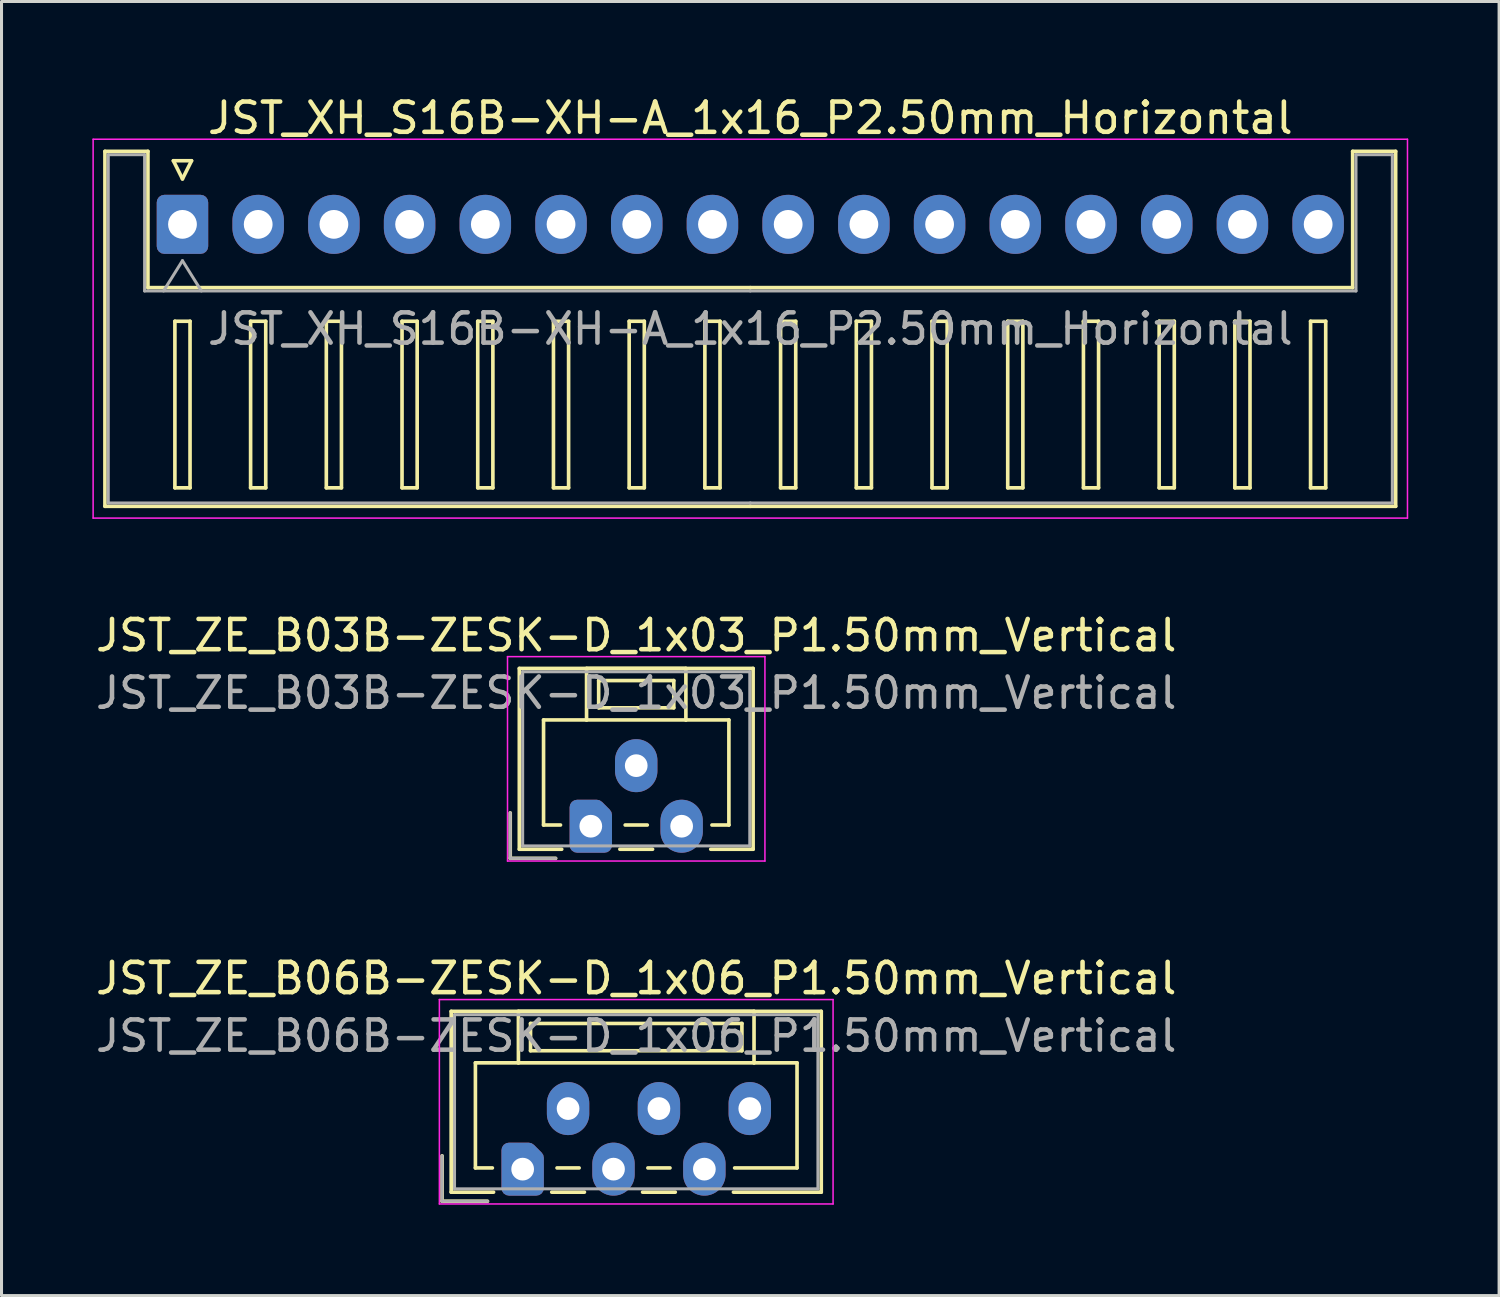
<source format=kicad_pcb>
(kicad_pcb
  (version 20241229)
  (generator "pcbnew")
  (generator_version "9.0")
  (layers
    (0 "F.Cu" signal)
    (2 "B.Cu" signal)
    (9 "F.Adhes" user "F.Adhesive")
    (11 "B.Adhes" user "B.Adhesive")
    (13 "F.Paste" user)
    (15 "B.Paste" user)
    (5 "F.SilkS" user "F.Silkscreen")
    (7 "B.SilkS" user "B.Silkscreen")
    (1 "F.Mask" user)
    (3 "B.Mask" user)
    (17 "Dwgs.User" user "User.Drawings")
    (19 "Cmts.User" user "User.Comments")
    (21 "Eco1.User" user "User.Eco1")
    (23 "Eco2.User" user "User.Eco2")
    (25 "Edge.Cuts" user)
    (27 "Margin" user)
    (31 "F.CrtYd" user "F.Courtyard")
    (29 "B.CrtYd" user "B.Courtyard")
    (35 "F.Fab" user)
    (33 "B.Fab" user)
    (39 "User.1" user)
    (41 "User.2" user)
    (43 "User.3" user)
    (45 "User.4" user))
  (footprint "JST_ZE_B06B-ZESK-D_1x06_P1.50mm_Vertical"
    (layer "F.Cu")
    (at 14.208 35.555)
    (property "Reference" "JST_ZE_B06B-ZESK-D_1x06_P1.50mm_Vertical" (at 3.75 -6.3 0) (layer "F.SilkS") (effects (font (size 1 1) (thickness 0.15))))
    (attr through_hole)
    (fp_line (start -2.66 -0.44) (end -2.66 1.06) (stroke (width 0.12) (type solid)) (layer "F.SilkS"))
    (fp_line (start -2.66 1.06) (end -1.16 1.06) (stroke (width 0.12) (type solid)) (layer "F.SilkS"))
    (fp_line (start -2.36 -5.21) (end 9.86 -5.21) (stroke (width 0.12) (type solid)) (layer "F.SilkS"))
    (fp_line (start -2.36 0.76) (end -2.36 -5.21) (stroke (width 0.12) (type solid)) (layer "F.SilkS"))
    (fp_line (start -1.56 -3.51) (end -1.56 -0.04) (stroke (width 0.12) (type solid)) (layer "F.SilkS"))
    (fp_line (start -1.56 -0.04) (end -1 -0.04) (stroke (width 0.12) (type solid)) (layer "F.SilkS"))
    (fp_line (start -0.96 0.76) (end -2.36 0.76) (stroke (width 0.12) (type solid)) (layer "F.SilkS"))
    (fp_line (start -0.14 -5.21) (end -0.14 -3.51) (stroke (width 0.12) (type solid)) (layer "F.SilkS"))
    (fp_line (start -0.14 -3.51) (end -1.56 -3.51) (stroke (width 0.12) (type solid)) (layer "F.SilkS"))
    (fp_line (start -0.14 -3.51) (end 7.64 -3.51) (stroke (width 0.12) (type solid)) (layer "F.SilkS"))
    (fp_line (start 0.26 -4.81) (end 0.26 -3.91) (stroke (width 0.12) (type solid)) (layer "F.SilkS"))
    (fp_line (start 0.26 -3.91) (end 7.24 -3.91) (stroke (width 0.12) (type solid)) (layer "F.SilkS"))
    (fp_line (start 0.96 0.76) (end 2.04 0.76) (stroke (width 0.12) (type solid)) (layer "F.SilkS"))
    (fp_line (start 1.135 -0.04) (end 1.865 -0.04) (stroke (width 0.12) (type solid)) (layer "F.SilkS"))
    (fp_line (start 3.96 0.76) (end 5.04 0.76) (stroke (width 0.12) (type solid)) (layer "F.SilkS"))
    (fp_line (start 4.135 -0.04) (end 4.865 -0.04) (stroke (width 0.12) (type solid)) (layer "F.SilkS"))
    (fp_line (start 7.24 -4.81) (end 0.26 -4.81) (stroke (width 0.12) (type solid)) (layer "F.SilkS"))
    (fp_line (start 7.24 -3.91) (end 7.24 -4.81) (stroke (width 0.12) (type solid)) (layer "F.SilkS"))
    (fp_line (start 7.64 -5.21) (end -0.14 -5.21) (stroke (width 0.12) (type solid)) (layer "F.SilkS"))
    (fp_line (start 7.64 -3.51) (end 7.64 -5.21) (stroke (width 0.12) (type solid)) (layer "F.SilkS"))
    (fp_line (start 7.64 -3.51) (end 9.06 -3.51) (stroke (width 0.12) (type solid)) (layer "F.SilkS"))
    (fp_line (start 9.06 -3.51) (end 9.06 -0.04) (stroke (width 0.12) (type solid)) (layer "F.SilkS"))
    (fp_line (start 9.06 -0.04) (end 7 -0.04) (stroke (width 0.12) (type solid)) (layer "F.SilkS"))
    (fp_line (start 9.86 -5.21) (end 9.86 0.76) (stroke (width 0.12) (type solid)) (layer "F.SilkS"))
    (fp_line (start 9.86 0.76) (end 6.96 0.76) (stroke (width 0.12) (type solid)) (layer "F.SilkS"))
    (fp_line (start -2.75 -5.6) (end -2.75 1.15) (stroke (width 0.05) (type solid)) (layer "F.CrtYd"))
    (fp_line (start -2.75 1.15) (end 10.25 1.15) (stroke (width 0.05) (type solid)) (layer "F.CrtYd"))
    (fp_line (start 10.25 -5.6) (end -2.75 -5.6) (stroke (width 0.05) (type solid)) (layer "F.CrtYd"))
    (fp_line (start 10.25 1.15) (end 10.25 -5.6) (stroke (width 0.05) (type solid)) (layer "F.CrtYd"))
    (fp_line (start -2.66 -0.44) (end -2.66 1.06) (stroke (width 0.1) (type solid)) (layer "F.Fab"))
    (fp_line (start -2.66 1.06) (end -1.16 1.06) (stroke (width 0.1) (type solid)) (layer "F.Fab"))
    (fp_line (start -2.25 -5.1) (end -2.25 0.65) (stroke (width 0.1) (type solid)) (layer "F.Fab"))
    (fp_line (start -2.25 0.65) (end 9.75 0.65) (stroke (width 0.1) (type solid)) (layer "F.Fab"))
    (fp_line (start 9.75 -5.1) (end -2.25 -5.1) (stroke (width 0.1) (type solid)) (layer "F.Fab"))
    (fp_line (start 9.75 0.65) (end 9.75 -5.1) (stroke (width 0.1) (type solid)) (layer "F.Fab"))
    (fp_text user "${REFERENCE}" (at 3.75 -4.4 0) (layer "F.Fab") (effects (font (size 1 1) (thickness 0.15))))
    (pad "1" thru_hole custom (at 0 0) (size 1.117 1.117) (drill 0.75) (layers "*.Cu" "*.Mask") (options (anchor circle)) (primitives (gr_poly (pts (xy -0.45 -0.625) (xy 0.196 -0.625) (xy 0.45 -0.371) (xy 0.45 0.625) (xy -0.45 0.625)) (width 0.5) (fill yes))))
    (pad "2" thru_hole oval (at 1.5 -2) (size 1.4 1.75) (drill 0.75) (layers "*.Cu" "*.Mask"))
    (pad "3" thru_hole oval (at 3 0) (size 1.4 1.75) (drill 0.75) (layers "*.Cu" "*.Mask"))
    (pad "4" thru_hole oval (at 4.5 -2) (size 1.4 1.75) (drill 0.75) (layers "*.Cu" "*.Mask"))
    (pad "5" thru_hole oval (at 6 0) (size 1.4 1.75) (drill 0.75) (layers "*.Cu" "*.Mask"))
    (pad "6" thru_hole oval (at 7.5 -2) (size 1.4 1.75) (drill 0.75) (layers "*.Cu" "*.Mask")))
  (footprint "JST_XH_S16B-XH-A_1x16_P2.50mm_Horizontal"
    (layer "F.Cu")
    (at 2.975 4.358)
    (property "Reference" "JST_XH_S16B-XH-A_1x16_P2.50mm_Horizontal" (at 18.75 -3.51 0) (layer "F.SilkS") (effects (font (size 1 1) (thickness 0.15))))
    (attr through_hole)
    (fp_line (start -2.56 -2.41) (end -1.14 -2.41) (stroke (width 0.12) (type solid)) (layer "F.SilkS"))
    (fp_line (start -2.56 9.31) (end -2.56 -2.41) (stroke (width 0.12) (type solid)) (layer "F.SilkS"))
    (fp_line (start -1.14 -2.41) (end -1.14 2.09) (stroke (width 0.12) (type solid)) (layer "F.SilkS"))
    (fp_line (start -1.14 2.09) (end 18.75 2.09) (stroke (width 0.12) (type solid)) (layer "F.SilkS"))
    (fp_line (start -0.3 -2.1) (end 0.3 -2.1) (stroke (width 0.12) (type solid)) (layer "F.SilkS"))
    (fp_line (start -0.25 3.2) (end -0.25 8.7) (stroke (width 0.12) (type solid)) (layer "F.SilkS"))
    (fp_line (start -0.25 8.7) (end 0.25 8.7) (stroke (width 0.12) (type solid)) (layer "F.SilkS"))
    (fp_line (start 0 -1.5) (end -0.3 -2.1) (stroke (width 0.12) (type solid)) (layer "F.SilkS"))
    (fp_line (start 0.25 3.2) (end -0.25 3.2) (stroke (width 0.12) (type solid)) (layer "F.SilkS"))
    (fp_line (start 0.25 8.7) (end 0.25 3.2) (stroke (width 0.12) (type solid)) (layer "F.SilkS"))
    (fp_line (start 0.3 -2.1) (end 0 -1.5) (stroke (width 0.12) (type solid)) (layer "F.SilkS"))
    (fp_line (start 2.25 3.2) (end 2.25 8.7) (stroke (width 0.12) (type solid)) (layer "F.SilkS"))
    (fp_line (start 2.25 8.7) (end 2.75 8.7) (stroke (width 0.12) (type solid)) (layer "F.SilkS"))
    (fp_line (start 2.75 3.2) (end 2.25 3.2) (stroke (width 0.12) (type solid)) (layer "F.SilkS"))
    (fp_line (start 2.75 8.7) (end 2.75 3.2) (stroke (width 0.12) (type solid)) (layer "F.SilkS"))
    (fp_line (start 4.75 3.2) (end 4.75 8.7) (stroke (width 0.12) (type solid)) (layer "F.SilkS"))
    (fp_line (start 4.75 8.7) (end 5.25 8.7) (stroke (width 0.12) (type solid)) (layer "F.SilkS"))
    (fp_line (start 5.25 3.2) (end 4.75 3.2) (stroke (width 0.12) (type solid)) (layer "F.SilkS"))
    (fp_line (start 5.25 8.7) (end 5.25 3.2) (stroke (width 0.12) (type solid)) (layer "F.SilkS"))
    (fp_line (start 7.25 3.2) (end 7.25 8.7) (stroke (width 0.12) (type solid)) (layer "F.SilkS"))
    (fp_line (start 7.25 8.7) (end 7.75 8.7) (stroke (width 0.12) (type solid)) (layer "F.SilkS"))
    (fp_line (start 7.75 3.2) (end 7.25 3.2) (stroke (width 0.12) (type solid)) (layer "F.SilkS"))
    (fp_line (start 7.75 8.7) (end 7.75 3.2) (stroke (width 0.12) (type solid)) (layer "F.SilkS"))
    (fp_line (start 9.75 3.2) (end 9.75 8.7) (stroke (width 0.12) (type solid)) (layer "F.SilkS"))
    (fp_line (start 9.75 8.7) (end 10.25 8.7) (stroke (width 0.12) (type solid)) (layer "F.SilkS"))
    (fp_line (start 10.25 3.2) (end 9.75 3.2) (stroke (width 0.12) (type solid)) (layer "F.SilkS"))
    (fp_line (start 10.25 8.7) (end 10.25 3.2) (stroke (width 0.12) (type solid)) (layer "F.SilkS"))
    (fp_line (start 12.25 3.2) (end 12.25 8.7) (stroke (width 0.12) (type solid)) (layer "F.SilkS"))
    (fp_line (start 12.25 8.7) (end 12.75 8.7) (stroke (width 0.12) (type solid)) (layer "F.SilkS"))
    (fp_line (start 12.75 3.2) (end 12.25 3.2) (stroke (width 0.12) (type solid)) (layer "F.SilkS"))
    (fp_line (start 12.75 8.7) (end 12.75 3.2) (stroke (width 0.12) (type solid)) (layer "F.SilkS"))
    (fp_line (start 14.75 3.2) (end 14.75 8.7) (stroke (width 0.12) (type solid)) (layer "F.SilkS"))
    (fp_line (start 14.75 8.7) (end 15.25 8.7) (stroke (width 0.12) (type solid)) (layer "F.SilkS"))
    (fp_line (start 15.25 3.2) (end 14.75 3.2) (stroke (width 0.12) (type solid)) (layer "F.SilkS"))
    (fp_line (start 15.25 8.7) (end 15.25 3.2) (stroke (width 0.12) (type solid)) (layer "F.SilkS"))
    (fp_line (start 17.25 3.2) (end 17.25 8.7) (stroke (width 0.12) (type solid)) (layer "F.SilkS"))
    (fp_line (start 17.25 8.7) (end 17.75 8.7) (stroke (width 0.12) (type solid)) (layer "F.SilkS"))
    (fp_line (start 17.75 3.2) (end 17.25 3.2) (stroke (width 0.12) (type solid)) (layer "F.SilkS"))
    (fp_line (start 17.75 8.7) (end 17.75 3.2) (stroke (width 0.12) (type solid)) (layer "F.SilkS"))
    (fp_line (start 18.75 9.31) (end -2.56 9.31) (stroke (width 0.12) (type solid)) (layer "F.SilkS"))
    (fp_line (start 18.75 9.31) (end 40.06 9.31) (stroke (width 0.12) (type solid)) (layer "F.SilkS"))
    (fp_line (start 19.75 3.2) (end 19.75 8.7) (stroke (width 0.12) (type solid)) (layer "F.SilkS"))
    (fp_line (start 19.75 8.7) (end 20.25 8.7) (stroke (width 0.12) (type solid)) (layer "F.SilkS"))
    (fp_line (start 20.25 3.2) (end 19.75 3.2) (stroke (width 0.12) (type solid)) (layer "F.SilkS"))
    (fp_line (start 20.25 8.7) (end 20.25 3.2) (stroke (width 0.12) (type solid)) (layer "F.SilkS"))
    (fp_line (start 22.25 3.2) (end 22.25 8.7) (stroke (width 0.12) (type solid)) (layer "F.SilkS"))
    (fp_line (start 22.25 8.7) (end 22.75 8.7) (stroke (width 0.12) (type solid)) (layer "F.SilkS"))
    (fp_line (start 22.75 3.2) (end 22.25 3.2) (stroke (width 0.12) (type solid)) (layer "F.SilkS"))
    (fp_line (start 22.75 8.7) (end 22.75 3.2) (stroke (width 0.12) (type solid)) (layer "F.SilkS"))
    (fp_line (start 24.75 3.2) (end 24.75 8.7) (stroke (width 0.12) (type solid)) (layer "F.SilkS"))
    (fp_line (start 24.75 8.7) (end 25.25 8.7) (stroke (width 0.12) (type solid)) (layer "F.SilkS"))
    (fp_line (start 25.25 3.2) (end 24.75 3.2) (stroke (width 0.12) (type solid)) (layer "F.SilkS"))
    (fp_line (start 25.25 8.7) (end 25.25 3.2) (stroke (width 0.12) (type solid)) (layer "F.SilkS"))
    (fp_line (start 27.25 3.2) (end 27.25 8.7) (stroke (width 0.12) (type solid)) (layer "F.SilkS"))
    (fp_line (start 27.25 8.7) (end 27.75 8.7) (stroke (width 0.12) (type solid)) (layer "F.SilkS"))
    (fp_line (start 27.75 3.2) (end 27.25 3.2) (stroke (width 0.12) (type solid)) (layer "F.SilkS"))
    (fp_line (start 27.75 8.7) (end 27.75 3.2) (stroke (width 0.12) (type solid)) (layer "F.SilkS"))
    (fp_line (start 29.75 3.2) (end 29.75 8.7) (stroke (width 0.12) (type solid)) (layer "F.SilkS"))
    (fp_line (start 29.75 8.7) (end 30.25 8.7) (stroke (width 0.12) (type solid)) (layer "F.SilkS"))
    (fp_line (start 30.25 3.2) (end 29.75 3.2) (stroke (width 0.12) (type solid)) (layer "F.SilkS"))
    (fp_line (start 30.25 8.7) (end 30.25 3.2) (stroke (width 0.12) (type solid)) (layer "F.SilkS"))
    (fp_line (start 32.25 3.2) (end 32.25 8.7) (stroke (width 0.12) (type solid)) (layer "F.SilkS"))
    (fp_line (start 32.25 8.7) (end 32.75 8.7) (stroke (width 0.12) (type solid)) (layer "F.SilkS"))
    (fp_line (start 32.75 3.2) (end 32.25 3.2) (stroke (width 0.12) (type solid)) (layer "F.SilkS"))
    (fp_line (start 32.75 8.7) (end 32.75 3.2) (stroke (width 0.12) (type solid)) (layer "F.SilkS"))
    (fp_line (start 34.75 3.2) (end 34.75 8.7) (stroke (width 0.12) (type solid)) (layer "F.SilkS"))
    (fp_line (start 34.75 8.7) (end 35.25 8.7) (stroke (width 0.12) (type solid)) (layer "F.SilkS"))
    (fp_line (start 35.25 3.2) (end 34.75 3.2) (stroke (width 0.12) (type solid)) (layer "F.SilkS"))
    (fp_line (start 35.25 8.7) (end 35.25 3.2) (stroke (width 0.12) (type solid)) (layer "F.SilkS"))
    (fp_line (start 37.25 3.2) (end 37.25 8.7) (stroke (width 0.12) (type solid)) (layer "F.SilkS"))
    (fp_line (start 37.25 8.7) (end 37.75 8.7) (stroke (width 0.12) (type solid)) (layer "F.SilkS"))
    (fp_line (start 37.75 3.2) (end 37.25 3.2) (stroke (width 0.12) (type solid)) (layer "F.SilkS"))
    (fp_line (start 37.75 8.7) (end 37.75 3.2) (stroke (width 0.12) (type solid)) (layer "F.SilkS"))
    (fp_line (start 38.64 -2.41) (end 38.64 2.09) (stroke (width 0.12) (type solid)) (layer "F.SilkS"))
    (fp_line (start 38.64 2.09) (end 18.75 2.09) (stroke (width 0.12) (type solid)) (layer "F.SilkS"))
    (fp_line (start 40.06 -2.41) (end 38.64 -2.41) (stroke (width 0.12) (type solid)) (layer "F.SilkS"))
    (fp_line (start 40.06 9.31) (end 40.06 -2.41) (stroke (width 0.12) (type solid)) (layer "F.SilkS"))
    (fp_line (start -2.95 -2.81) (end -2.95 9.7) (stroke (width 0.05) (type solid)) (layer "F.CrtYd"))
    (fp_line (start -2.95 9.7) (end 40.45 9.7) (stroke (width 0.05) (type solid)) (layer "F.CrtYd"))
    (fp_line (start 40.45 -2.81) (end -2.95 -2.81) (stroke (width 0.05) (type solid)) (layer "F.CrtYd"))
    (fp_line (start 40.45 9.7) (end 40.45 -2.81) (stroke (width 0.05) (type solid)) (layer "F.CrtYd"))
    (fp_line (start -2.45 -2.3) (end -1.25 -2.3) (stroke (width 0.1) (type solid)) (layer "F.Fab"))
    (fp_line (start -2.45 9.2) (end -2.45 -2.3) (stroke (width 0.1) (type solid)) (layer "F.Fab"))
    (fp_line (start -1.25 -2.3) (end -1.25 2.2) (stroke (width 0.1) (type solid)) (layer "F.Fab"))
    (fp_line (start -1.25 2.2) (end 18.75 2.2) (stroke (width 0.1) (type solid)) (layer "F.Fab"))
    (fp_line (start -0.625 2.2) (end 0 1.2) (stroke (width 0.1) (type solid)) (layer "F.Fab"))
    (fp_line (start 0 1.2) (end 0.625 2.2) (stroke (width 0.1) (type solid)) (layer "F.Fab"))
    (fp_line (start 18.75 9.2) (end -2.45 9.2) (stroke (width 0.1) (type solid)) (layer "F.Fab"))
    (fp_line (start 18.75 9.2) (end 39.95 9.2) (stroke (width 0.1) (type solid)) (layer "F.Fab"))
    (fp_line (start 38.75 -2.3) (end 38.75 2.2) (stroke (width 0.1) (type solid)) (layer "F.Fab"))
    (fp_line (start 38.75 2.2) (end 18.75 2.2) (stroke (width 0.1) (type solid)) (layer "F.Fab"))
    (fp_line (start 39.95 -2.3) (end 38.75 -2.3) (stroke (width 0.1) (type solid)) (layer "F.Fab"))
    (fp_line (start 39.95 9.2) (end 39.95 -2.3) (stroke (width 0.1) (type solid)) (layer "F.Fab"))
    (fp_text user "${REFERENCE}" (at 18.75 3.45 0) (layer "F.Fab") (effects (font (size 1 1) (thickness 0.15))))
    (pad "1" thru_hole roundrect (at 0 0) (size 1.7 1.95) (drill 0.95) (layers "*.Cu" "*.Mask") (roundrect_rratio 0.147))
    (pad "2" thru_hole oval (at 2.5 0) (size 1.7 1.95) (drill 0.95) (layers "*.Cu" "*.Mask"))
    (pad "3" thru_hole oval (at 5 0) (size 1.7 1.95) (drill 0.95) (layers "*.Cu" "*.Mask"))
    (pad "4" thru_hole oval (at 7.5 0) (size 1.7 1.95) (drill 0.95) (layers "*.Cu" "*.Mask"))
    (pad "5" thru_hole oval (at 10 0) (size 1.7 1.95) (drill 0.95) (layers "*.Cu" "*.Mask"))
    (pad "6" thru_hole oval (at 12.5 0) (size 1.7 1.95) (drill 0.95) (layers "*.Cu" "*.Mask"))
    (pad "7" thru_hole oval (at 15 0) (size 1.7 1.95) (drill 0.95) (layers "*.Cu" "*.Mask"))
    (pad "8" thru_hole oval (at 17.5 0) (size 1.7 1.95) (drill 0.95) (layers "*.Cu" "*.Mask"))
    (pad "9" thru_hole oval (at 20 0) (size 1.7 1.95) (drill 0.95) (layers "*.Cu" "*.Mask"))
    (pad "10" thru_hole oval (at 22.5 0) (size 1.7 1.95) (drill 0.95) (layers "*.Cu" "*.Mask"))
    (pad "11" thru_hole oval (at 25 0) (size 1.7 1.95) (drill 0.95) (layers "*.Cu" "*.Mask"))
    (pad "12" thru_hole oval (at 27.5 0) (size 1.7 1.95) (drill 0.95) (layers "*.Cu" "*.Mask"))
    (pad "13" thru_hole oval (at 30 0) (size 1.7 1.95) (drill 0.95) (layers "*.Cu" "*.Mask"))
    (pad "14" thru_hole oval (at 32.5 0) (size 1.7 1.95) (drill 0.95) (layers "*.Cu" "*.Mask"))
    (pad "15" thru_hole oval (at 35 0) (size 1.7 1.95) (drill 0.95) (layers "*.Cu" "*.Mask"))
    (pad "16" thru_hole oval (at 37.5 0) (size 1.7 1.95) (drill 0.95) (layers "*.Cu" "*.Mask")))
  (footprint "JST_ZE_B03B-ZESK-D_1x03_P1.50mm_Vertical"
    (layer "F.Cu")
    (at 16.458 24.232)
    (property "Reference" "JST_ZE_B03B-ZESK-D_1x03_P1.50mm_Vertical" (at 1.5 -6.3 0) (layer "F.SilkS") (effects (font (size 1 1) (thickness 0.15))))
    (attr through_hole)
    (fp_line (start -2.66 -0.44) (end -2.66 1.06) (stroke (width 0.12) (type solid)) (layer "F.SilkS"))
    (fp_line (start -2.66 1.06) (end -1.16 1.06) (stroke (width 0.12) (type solid)) (layer "F.SilkS"))
    (fp_line (start -2.36 -5.21) (end 5.36 -5.21) (stroke (width 0.12) (type solid)) (layer "F.SilkS"))
    (fp_line (start -2.36 0.76) (end -2.36 -5.21) (stroke (width 0.12) (type solid)) (layer "F.SilkS"))
    (fp_line (start -1.56 -3.51) (end -1.56 -0.04) (stroke (width 0.12) (type solid)) (layer "F.SilkS"))
    (fp_line (start -1.56 -0.04) (end -1 -0.04) (stroke (width 0.12) (type solid)) (layer "F.SilkS"))
    (fp_line (start -0.96 0.76) (end -2.36 0.76) (stroke (width 0.12) (type solid)) (layer "F.SilkS"))
    (fp_line (start -0.14 -5.21) (end -0.14 -3.51) (stroke (width 0.12) (type solid)) (layer "F.SilkS"))
    (fp_line (start -0.14 -3.51) (end -1.56 -3.51) (stroke (width 0.12) (type solid)) (layer "F.SilkS"))
    (fp_line (start -0.14 -3.51) (end 3.14 -3.51) (stroke (width 0.12) (type solid)) (layer "F.SilkS"))
    (fp_line (start 0.26 -4.81) (end 0.26 -3.91) (stroke (width 0.12) (type solid)) (layer "F.SilkS"))
    (fp_line (start 0.26 -3.91) (end 2.74 -3.91) (stroke (width 0.12) (type solid)) (layer "F.SilkS"))
    (fp_line (start 0.96 0.76) (end 2.04 0.76) (stroke (width 0.12) (type solid)) (layer "F.SilkS"))
    (fp_line (start 1.135 -0.04) (end 1.865 -0.04) (stroke (width 0.12) (type solid)) (layer "F.SilkS"))
    (fp_line (start 2.74 -4.81) (end 0.26 -4.81) (stroke (width 0.12) (type solid)) (layer "F.SilkS"))
    (fp_line (start 2.74 -3.91) (end 2.74 -4.81) (stroke (width 0.12) (type solid)) (layer "F.SilkS"))
    (fp_line (start 3.14 -5.21) (end -0.14 -5.21) (stroke (width 0.12) (type solid)) (layer "F.SilkS"))
    (fp_line (start 3.14 -3.51) (end 3.14 -5.21) (stroke (width 0.12) (type solid)) (layer "F.SilkS"))
    (fp_line (start 3.14 -3.51) (end 4.56 -3.51) (stroke (width 0.12) (type solid)) (layer "F.SilkS"))
    (fp_line (start 4.56 -3.51) (end 4.56 -0.04) (stroke (width 0.12) (type solid)) (layer "F.SilkS"))
    (fp_line (start 4.56 -0.04) (end 4 -0.04) (stroke (width 0.12) (type solid)) (layer "F.SilkS"))
    (fp_line (start 5.36 -5.21) (end 5.36 0.76) (stroke (width 0.12) (type solid)) (layer "F.SilkS"))
    (fp_line (start 5.36 0.76) (end 3.96 0.76) (stroke (width 0.12) (type solid)) (layer "F.SilkS"))
    (fp_line (start -2.75 -5.6) (end -2.75 1.15) (stroke (width 0.05) (type solid)) (layer "F.CrtYd"))
    (fp_line (start -2.75 1.15) (end 5.75 1.15) (stroke (width 0.05) (type solid)) (layer "F.CrtYd"))
    (fp_line (start 5.75 -5.6) (end -2.75 -5.6) (stroke (width 0.05) (type solid)) (layer "F.CrtYd"))
    (fp_line (start 5.75 1.15) (end 5.75 -5.6) (stroke (width 0.05) (type solid)) (layer "F.CrtYd"))
    (fp_line (start -2.66 -0.44) (end -2.66 1.06) (stroke (width 0.1) (type solid)) (layer "F.Fab"))
    (fp_line (start -2.66 1.06) (end -1.16 1.06) (stroke (width 0.1) (type solid)) (layer "F.Fab"))
    (fp_line (start -2.25 -5.1) (end -2.25 0.65) (stroke (width 0.1) (type solid)) (layer "F.Fab"))
    (fp_line (start -2.25 0.65) (end 5.25 0.65) (stroke (width 0.1) (type solid)) (layer "F.Fab"))
    (fp_line (start 5.25 -5.1) (end -2.25 -5.1) (stroke (width 0.1) (type solid)) (layer "F.Fab"))
    (fp_line (start 5.25 0.65) (end 5.25 -5.1) (stroke (width 0.1) (type solid)) (layer "F.Fab"))
    (fp_text user "${REFERENCE}" (at 1.5 -4.4 0) (layer "F.Fab") (effects (font (size 1 1) (thickness 0.15))))
    (pad "1" thru_hole custom (at 0 0) (size 1.117 1.117) (drill 0.75) (layers "*.Cu" "*.Mask") (options (anchor circle)) (primitives (gr_poly (pts (xy -0.45 -0.625) (xy 0.196 -0.625) (xy 0.45 -0.371) (xy 0.45 0.625) (xy -0.45 0.625)) (width 0.5) (fill yes))))
    (pad "2" thru_hole oval (at 1.5 -2) (size 1.4 1.75) (drill 0.75) (layers "*.Cu" "*.Mask"))
    (pad "3" thru_hole oval (at 3 0) (size 1.4 1.75) (drill 0.75) (layers "*.Cu" "*.Mask")))
  (gr_rect
    (start -3 -3)
    (end 46.45 39.73)
    (stroke (width 0.1) (type default))
    (fill no)
    (layer "Edge.Cuts")))
</source>
